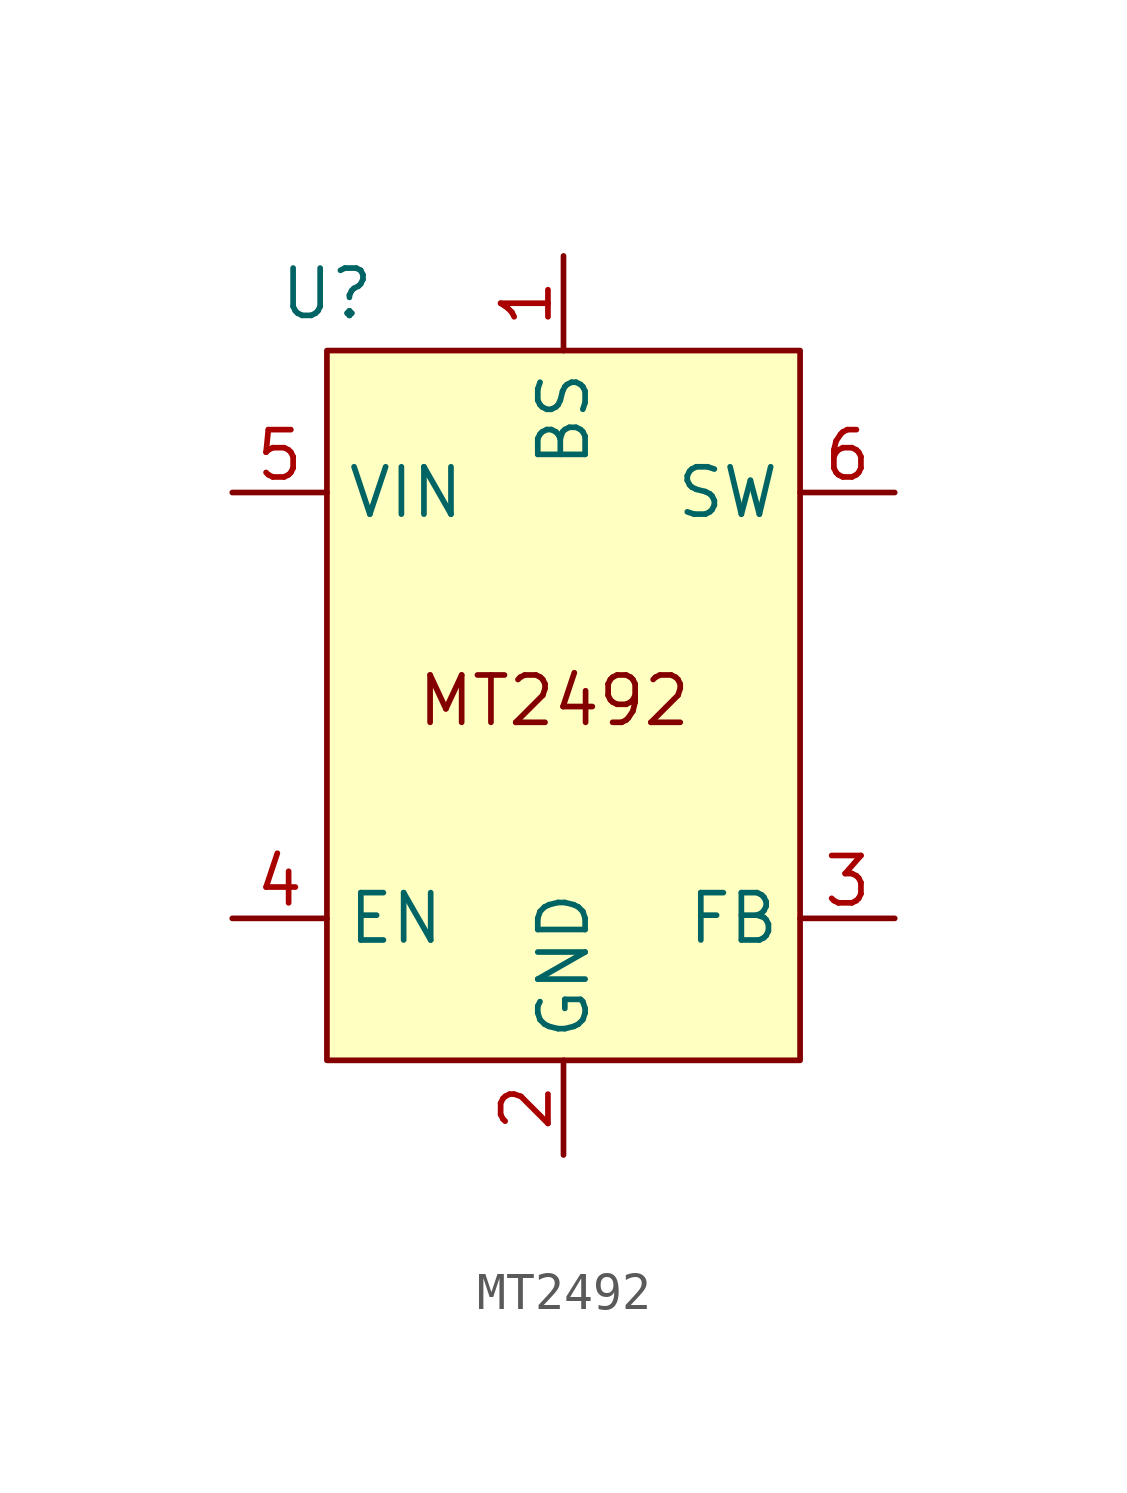
<source format=kicad_sym>
(kicad_symbol_lib
  (version 20231120)
  (generator "kicad_symbol_editor")
  (generator_version "8.0")
  (symbol "MT2492"
    (property "Reference" "U"
      (at 0 1.524 0)
      (effects (font (size 1.27 1.27))))
    (property "Value" ""
      (at 0 0 0)
      (effects (font (size 1.27 1.27))))
    (symbol "MT2492_1_1"
      (rectangle (start 0 0) (end 12.7 -19.05) (stroke (width 0) (type default)) (fill (type background)))
      (text "MT2492" (at 6.096 -9.398 0) (effects (font (size 1.27 1.27))))
      (pin passive line (at 6.35 2.54 270) (length 2.54) (name "BS" (effects (font (size 1.27 1.27)))) (number "1" (effects (font (size 1.27 1.27)))))
      (pin power_in line (at 6.35 -21.59 90) (length 2.54) (name "GND" (effects (font (size 1.27 1.27)))) (number "2" (effects (font (size 1.27 1.27)))))
      (pin passive line (at 15.24 -15.24 180) (length 2.54) (name "FB" (effects (font (size 1.27 1.27)))) (number "3" (effects (font (size 1.27 1.27)))))
      (pin passive line (at -2.54 -15.24 0) (length 2.54) (name "EN" (effects (font (size 1.27 1.27)))) (number "4" (effects (font (size 1.27 1.27)))))
      (pin power_in line (at -2.54 -3.81 0) (length 2.54) (name "VIN" (effects (font (size 1.27 1.27)))) (number "5" (effects (font (size 1.27 1.27)))))
      (pin passive line (at 15.24 -3.81 180) (length 2.54) (name "SW" (effects (font (size 1.27 1.27)))) (number "6" (effects (font (size 1.27 1.27))))))))
</source>
